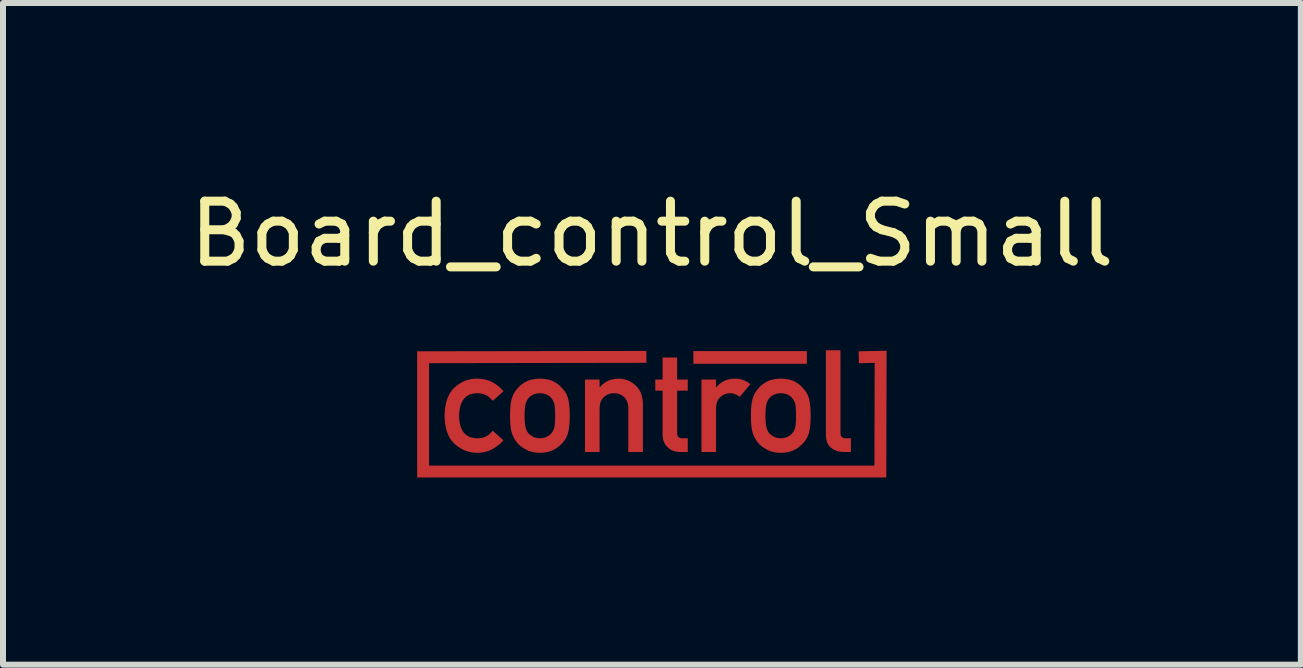
<source format=kicad_pcb>
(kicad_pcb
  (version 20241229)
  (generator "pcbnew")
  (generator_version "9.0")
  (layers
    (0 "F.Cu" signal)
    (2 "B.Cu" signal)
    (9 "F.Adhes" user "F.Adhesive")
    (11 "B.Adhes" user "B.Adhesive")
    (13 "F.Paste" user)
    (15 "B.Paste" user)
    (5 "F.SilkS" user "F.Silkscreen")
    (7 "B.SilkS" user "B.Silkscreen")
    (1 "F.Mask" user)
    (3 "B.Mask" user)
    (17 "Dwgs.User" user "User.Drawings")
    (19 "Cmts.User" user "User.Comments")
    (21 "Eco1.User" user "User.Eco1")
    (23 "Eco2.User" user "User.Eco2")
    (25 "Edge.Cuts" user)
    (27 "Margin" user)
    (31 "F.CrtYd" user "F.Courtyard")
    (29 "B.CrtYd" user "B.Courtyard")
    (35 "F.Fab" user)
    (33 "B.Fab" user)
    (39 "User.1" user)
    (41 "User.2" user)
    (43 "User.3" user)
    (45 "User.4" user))
  (footprint "Board_control_Small"
    (layer "F.Cu")
    (at 7.815 3.848)
    (property "Reference" "Board_control_Small" (at 0 -3 0) (unlocked yes) (layer "F.SilkS") (effects (font (size 1 1) (thickness 0.15))))
    (attr exclude_from_pos_files exclude_from_bom allow_missing_courtyard)
    (fp_poly (pts (xy 2.583 -0.835) (xy 0.691 -0.835) (xy 0.691 -1.046) (xy 2.583 -1.046)) (stroke (width 0) (type solid)) (fill yes) (layer "F.Cu"))
    (fp_poly (pts (xy 3.907 1.06) (xy -3.912 1.06) (xy -3.912 -1.043) (xy -0.092 -1.049) (xy -0.091 -0.851) (xy -3.714 -0.845) (xy -3.714 0.862) (xy 3.709 0.862) (xy 3.713 -0.85) (xy 3.45 -0.845) (xy 3.446 -1.043) (xy 3.912 -1.052)) (stroke (width 0) (type solid)) (fill yes) (layer "F.Cu"))
    (fp_poly (pts (xy 3.143 0.323) (xy 3.144 0.329) (xy 3.144 0.333) (xy 3.144 0.338) (xy 3.145 0.343) (xy 3.146 0.347) (xy 3.147 0.352) (xy 3.148 0.356) (xy 3.149 0.36) (xy 3.151 0.363) (xy 3.152 0.367) (xy 3.154 0.37) (xy 3.156 0.374) (xy 3.158 0.377) (xy 3.161 0.38) (xy 3.163 0.383) (xy 3.166 0.385) (xy 3.169 0.388) (xy 3.172 0.39) (xy 3.175 0.392) (xy 3.179 0.394) (xy 3.182 0.396) (xy 3.186 0.398) (xy 3.19 0.399) (xy 3.194 0.401) (xy 3.199 0.402) (xy 3.203 0.403) (xy 3.208 0.404) (xy 3.213 0.405) (xy 3.223 0.406) (xy 3.234 0.406) (xy 3.317 0.406) (xy 3.317 0.635) (xy 3.209 0.635) (xy 3.193 0.635) (xy 3.177 0.634) (xy 3.161 0.633) (xy 3.146 0.631) (xy 3.131 0.629) (xy 3.116 0.626) (xy 3.102 0.622) (xy 3.088 0.619) (xy 3.075 0.614) (xy 3.062 0.609) (xy 3.049 0.604) (xy 3.037 0.598) (xy 3.025 0.591) (xy 3.013 0.584) (xy 3.002 0.577) (xy 2.991 0.569) (xy 2.98 0.56) (xy 2.969 0.55) (xy 2.96 0.54) (xy 2.951 0.529) (xy 2.943 0.518) (xy 2.935 0.505) (xy 2.929 0.492) (xy 2.923 0.478) (xy 2.917 0.464) (xy 2.913 0.449) (xy 2.909 0.433) (xy 2.906 0.416) (xy 2.903 0.399) (xy 2.902 0.381) (xy 2.9 0.362) (xy 2.9 0.342) (xy 2.9 -1.06) (xy 3.143 -1.06)) (stroke (width 0) (type solid)) (fill yes) (layer "F.Cu"))
    (fp_poly (pts (xy 0.421 -0.572) (xy 0.598 -0.572) (xy 0.598 -0.387) (xy 0.421 -0.387) (xy 0.421 0.316) (xy 0.421 0.322) (xy 0.421 0.328) (xy 0.422 0.333) (xy 0.422 0.338) (xy 0.423 0.343) (xy 0.424 0.348) (xy 0.425 0.352) (xy 0.426 0.357) (xy 0.427 0.361) (xy 0.429 0.365) (xy 0.43 0.368) (xy 0.432 0.372) (xy 0.434 0.376) (xy 0.437 0.379) (xy 0.439 0.382) (xy 0.442 0.385) (xy 0.444 0.387) (xy 0.447 0.39) (xy 0.451 0.392) (xy 0.454 0.394) (xy 0.457 0.396) (xy 0.461 0.398) (xy 0.465 0.4) (xy 0.469 0.401) (xy 0.473 0.402) (xy 0.477 0.403) (xy 0.482 0.404) (xy 0.487 0.405) (xy 0.492 0.405) (xy 0.497 0.406) (xy 0.502 0.406) (xy 0.507 0.406) (xy 0.598 0.406) (xy 0.598 0.635) (xy 0.471 0.635) (xy 0.455 0.635) (xy 0.44 0.634) (xy 0.425 0.632) (xy 0.41 0.63) (xy 0.396 0.627) (xy 0.382 0.624) (xy 0.368 0.62) (xy 0.355 0.615) (xy 0.342 0.61) (xy 0.329 0.604) (xy 0.317 0.598) (xy 0.306 0.59) (xy 0.294 0.583) (xy 0.283 0.574) (xy 0.272 0.565) (xy 0.262 0.556) (xy 0.252 0.546) (xy 0.242 0.536) (xy 0.233 0.525) (xy 0.225 0.514) (xy 0.218 0.502) (xy 0.211 0.49) (xy 0.205 0.477) (xy 0.199 0.464) (xy 0.194 0.45) (xy 0.19 0.435) (xy 0.186 0.42) (xy 0.183 0.405) (xy 0.181 0.389) (xy 0.179 0.372) (xy 0.178 0.355) (xy 0.178 0.338) (xy 0.178 -0.387) (xy 0.057 -0.387) (xy 0.057 -0.572) (xy 0.178 -0.572) (xy 0.178 -0.939) (xy 0.421 -0.939)) (stroke (width 0) (type solid)) (fill yes) (layer "F.Cu"))
    (fp_poly (pts (xy 1.405 -0.586) (xy 1.423 -0.585) (xy 1.441 -0.583) (xy 1.458 -0.58) (xy 1.475 -0.577) (xy 1.491 -0.573) (xy 1.507 -0.568) (xy 1.523 -0.563) (xy 1.539 -0.556) (xy 1.554 -0.55) (xy 1.57 -0.542) (xy 1.584 -0.534) (xy 1.599 -0.525) (xy 1.613 -0.515) (xy 1.627 -0.505) (xy 1.641 -0.494) (xy 1.464 -0.283) (xy 1.454 -0.291) (xy 1.445 -0.298) (xy 1.435 -0.304) (xy 1.425 -0.31) (xy 1.415 -0.315) (xy 1.406 -0.32) (xy 1.396 -0.325) (xy 1.386 -0.329) (xy 1.376 -0.332) (xy 1.366 -0.335) (xy 1.356 -0.338) (xy 1.346 -0.34) (xy 1.335 -0.342) (xy 1.325 -0.343) (xy 1.315 -0.344) (xy 1.305 -0.344) (xy 1.293 -0.344) (xy 1.282 -0.343) (xy 1.271 -0.342) (xy 1.26 -0.34) (xy 1.249 -0.338) (xy 1.239 -0.335) (xy 1.229 -0.332) (xy 1.219 -0.329) (xy 1.209 -0.325) (xy 1.199 -0.32) (xy 1.19 -0.315) (xy 1.18 -0.31) (xy 1.171 -0.304) (xy 1.162 -0.298) (xy 1.154 -0.291) (xy 1.145 -0.283) (xy 1.136 -0.276) (xy 1.128 -0.268) (xy 1.12 -0.259) (xy 1.113 -0.249) (xy 1.106 -0.239) (xy 1.1 -0.229) (xy 1.094 -0.218) (xy 1.089 -0.206) (xy 1.085 -0.194) (xy 1.081 -0.181) (xy 1.077 -0.167) (xy 1.075 -0.153) (xy 1.072 -0.139) (xy 1.071 -0.124) (xy 1.07 -0.108) (xy 1.069 -0.092) (xy 1.069 0.635) (xy 0.826 0.635) (xy 0.826 -0.572) (xy 1.069 -0.572) (xy 1.069 -0.444) (xy 1.074 -0.444) (xy 1.089 -0.461) (xy 1.105 -0.478) (xy 1.121 -0.493) (xy 1.138 -0.507) (xy 1.156 -0.519) (xy 1.174 -0.531) (xy 1.192 -0.542) (xy 1.212 -0.551) (xy 1.232 -0.56) (xy 1.252 -0.567) (xy 1.273 -0.573) (xy 1.295 -0.578) (xy 1.317 -0.582) (xy 1.34 -0.585) (xy 1.364 -0.586) (xy 1.388 -0.587)) (stroke (width 0) (type solid)) (fill yes) (layer "F.Cu"))
    (fp_poly (pts (xy -0.534 -0.587) (xy -0.516 -0.585) (xy -0.498 -0.583) (xy -0.48 -0.58) (xy -0.462 -0.577) (xy -0.444 -0.572) (xy -0.427 -0.567) (xy -0.41 -0.561) (xy -0.393 -0.554) (xy -0.376 -0.546) (xy -0.359 -0.537) (xy -0.343 -0.527) (xy -0.326 -0.517) (xy -0.31 -0.506) (xy -0.295 -0.494) (xy -0.279 -0.481) (xy -0.264 -0.467) (xy -0.25 -0.453) (xy -0.237 -0.438) (xy -0.225 -0.422) (xy -0.213 -0.405) (xy -0.203 -0.387) (xy -0.193 -0.369) (xy -0.185 -0.349) (xy -0.177 -0.329) (xy -0.171 -0.308) (xy -0.165 -0.287) (xy -0.16 -0.264) (xy -0.156 -0.241) (xy -0.153 -0.217) (xy -0.151 -0.193) (xy -0.15 -0.167) (xy -0.15 0.635) (xy -0.393 0.635) (xy -0.393 -0.084) (xy -0.393 -0.099) (xy -0.394 -0.114) (xy -0.395 -0.129) (xy -0.397 -0.143) (xy -0.399 -0.157) (xy -0.402 -0.17) (xy -0.406 -0.183) (xy -0.409 -0.195) (xy -0.414 -0.207) (xy -0.419 -0.218) (xy -0.425 -0.229) (xy -0.431 -0.24) (xy -0.437 -0.249) (xy -0.444 -0.259) (xy -0.452 -0.268) (xy -0.46 -0.276) (xy -0.469 -0.285) (xy -0.477 -0.292) (xy -0.486 -0.299) (xy -0.496 -0.306) (xy -0.505 -0.312) (xy -0.515 -0.318) (xy -0.526 -0.323) (xy -0.536 -0.327) (xy -0.547 -0.331) (xy -0.558 -0.334) (xy -0.57 -0.337) (xy -0.581 -0.34) (xy -0.593 -0.342) (xy -0.606 -0.343) (xy -0.618 -0.344) (xy -0.631 -0.344) (xy -0.644 -0.344) (xy -0.657 -0.343) (xy -0.669 -0.342) (xy -0.681 -0.34) (xy -0.693 -0.337) (xy -0.704 -0.334) (xy -0.716 -0.331) (xy -0.726 -0.327) (xy -0.737 -0.323) (xy -0.747 -0.318) (xy -0.757 -0.312) (xy -0.767 -0.306) (xy -0.776 -0.299) (xy -0.785 -0.292) (xy -0.794 -0.285) (xy -0.803 -0.276) (xy -0.811 -0.268) (xy -0.819 -0.259) (xy -0.826 -0.249) (xy -0.833 -0.24) (xy -0.839 -0.229) (xy -0.845 -0.218) (xy -0.85 -0.207) (xy -0.855 -0.195) (xy -0.859 -0.183) (xy -0.862 -0.17) (xy -0.865 -0.157) (xy -0.867 -0.143) (xy -0.869 -0.129) (xy -0.87 -0.114) (xy -0.871 -0.099) (xy -0.872 -0.084) (xy -0.872 0.635) (xy -1.115 0.635) (xy -1.115 -0.572) (xy -0.872 -0.572) (xy -0.872 -0.444) (xy -0.867 -0.444) (xy -0.852 -0.461) (xy -0.836 -0.478) (xy -0.82 -0.493) (xy -0.803 -0.507) (xy -0.785 -0.519) (xy -0.767 -0.531) (xy -0.748 -0.542) (xy -0.729 -0.551) (xy -0.709 -0.56) (xy -0.688 -0.567) (xy -0.667 -0.573) (xy -0.646 -0.578) (xy -0.623 -0.582) (xy -0.601 -0.585) (xy -0.577 -0.586) (xy -0.553 -0.587)) (stroke (width 0) (type solid)) (fill yes) (layer "F.Cu"))
    (fp_poly (pts (xy -2.89 -0.586) (xy -2.873 -0.586) (xy -2.856 -0.584) (xy -2.839 -0.582) (xy -2.823 -0.58) (xy -2.807 -0.578) (xy -2.791 -0.575) (xy -2.775 -0.571) (xy -2.76 -0.567) (xy -2.745 -0.563) (xy -2.73 -0.558) (xy -2.715 -0.553) (xy -2.701 -0.548) (xy -2.687 -0.542) (xy -2.673 -0.536) (xy -2.66 -0.529) (xy -2.647 -0.522) (xy -2.634 -0.514) (xy -2.621 -0.506) (xy -2.608 -0.498) (xy -2.596 -0.489) (xy -2.584 -0.481) (xy -2.572 -0.472) (xy -2.56 -0.462) (xy -2.549 -0.453) (xy -2.537 -0.443) (xy -2.526 -0.432) (xy -2.515 -0.422) (xy -2.505 -0.411) (xy -2.494 -0.4) (xy -2.484 -0.388) (xy -2.474 -0.376) (xy -2.653 -0.217) (xy -2.665 -0.232) (xy -2.677 -0.246) (xy -2.69 -0.259) (xy -2.703 -0.271) (xy -2.717 -0.282) (xy -2.731 -0.292) (xy -2.745 -0.302) (xy -2.76 -0.31) (xy -2.776 -0.317) (xy -2.792 -0.324) (xy -2.809 -0.33) (xy -2.826 -0.334) (xy -2.843 -0.338) (xy -2.861 -0.341) (xy -2.88 -0.343) (xy -2.899 -0.344) (xy -2.918 -0.344) (xy -2.936 -0.343) (xy -2.954 -0.342) (xy -2.971 -0.339) (xy -2.988 -0.336) (xy -3.004 -0.332) (xy -3.019 -0.328) (xy -3.034 -0.322) (xy -3.048 -0.316) (xy -3.062 -0.309) (xy -3.075 -0.302) (xy -3.088 -0.293) (xy -3.1 -0.284) (xy -3.111 -0.274) (xy -3.122 -0.263) (xy -3.132 -0.252) (xy -3.141 -0.24) (xy -3.15 -0.227) (xy -3.158 -0.213) (xy -3.166 -0.199) (xy -3.173 -0.184) (xy -3.18 -0.168) (xy -3.186 -0.151) (xy -3.191 -0.134) (xy -3.2 -0.097) (xy -3.206 -0.056) (xy -3.211 -0.013) (xy -3.212 0.033) (xy -3.212 0.056) (xy -3.211 0.079) (xy -3.209 0.101) (xy -3.206 0.122) (xy -3.204 0.142) (xy -3.2 0.161) (xy -3.196 0.18) (xy -3.191 0.198) (xy -3.186 0.216) (xy -3.18 0.232) (xy -3.173 0.248) (xy -3.166 0.263) (xy -3.158 0.277) (xy -3.15 0.291) (xy -3.141 0.304) (xy -3.132 0.316) (xy -3.122 0.327) (xy -3.111 0.337) (xy -3.1 0.347) (xy -3.088 0.356) (xy -3.075 0.364) (xy -3.062 0.372) (xy -3.048 0.379) (xy -3.034 0.385) (xy -3.019 0.39) (xy -3.004 0.395) (xy -2.988 0.398) (xy -2.971 0.401) (xy -2.954 0.404) (xy -2.936 0.405) (xy -2.918 0.406) (xy -2.899 0.406) (xy -2.88 0.405) (xy -2.861 0.403) (xy -2.843 0.401) (xy -2.826 0.397) (xy -2.809 0.393) (xy -2.792 0.387) (xy -2.776 0.381) (xy -2.76 0.373) (xy -2.745 0.365) (xy -2.731 0.356) (xy -2.717 0.346) (xy -2.703 0.334) (xy -2.69 0.322) (xy -2.677 0.309) (xy -2.665 0.295) (xy -2.653 0.281) (xy -2.474 0.44) (xy -2.484 0.451) (xy -2.494 0.462) (xy -2.505 0.473) (xy -2.515 0.483) (xy -2.526 0.493) (xy -2.537 0.503) (xy -2.549 0.513) (xy -2.56 0.522) (xy -2.572 0.531) (xy -2.584 0.54) (xy -2.596 0.548) (xy -2.608 0.557) (xy -2.621 0.565) (xy -2.634 0.573) (xy -2.647 0.58) (xy -2.66 0.588) (xy -2.673 0.595) (xy -2.687 0.601) (xy -2.701 0.608) (xy -2.715 0.614) (xy -2.73 0.619) (xy -2.745 0.624) (xy -2.76 0.628) (xy -2.775 0.632) (xy -2.791 0.636) (xy -2.807 0.639) (xy -2.823 0.642) (xy -2.839 0.644) (xy -2.856 0.646) (xy -2.873 0.647) (xy -2.89 0.648) (xy -2.907 0.649) (xy -2.934 0.648) (xy -2.96 0.647) (xy -2.986 0.644) (xy -3.011 0.64) (xy -3.036 0.635) (xy -3.061 0.628) (xy -3.085 0.621) (xy -3.109 0.612) (xy -3.132 0.603) (xy -3.155 0.592) (xy -3.177 0.58) (xy -3.199 0.567) (xy -3.221 0.553) (xy -3.242 0.538) (xy -3.263 0.521) (xy -3.283 0.504) (xy -3.304 0.485) (xy -3.323 0.464) (xy -3.34 0.443) (xy -3.357 0.42) (xy -3.372 0.395) (xy -3.386 0.369) (xy -3.398 0.342) (xy -3.41 0.313) (xy -3.42 0.283) (xy -3.429 0.252) (xy -3.436 0.219) (xy -3.443 0.184) (xy -3.448 0.149) (xy -3.451 0.111) (xy -3.454 0.073) (xy -3.455 0.033) (xy -3.454 -0.008) (xy -3.451 -0.047) (xy -3.448 -0.084) (xy -3.443 -0.12) (xy -3.436 -0.155) (xy -3.429 -0.189) (xy -3.42 -0.22) (xy -3.41 -0.251) (xy -3.398 -0.28) (xy -3.386 -0.308) (xy -3.372 -0.334) (xy -3.357 -0.359) (xy -3.34 -0.382) (xy -3.323 -0.404) (xy -3.304 -0.425) (xy -3.283 -0.444) (xy -3.263 -0.462) (xy -3.242 -0.478) (xy -3.221 -0.493) (xy -3.199 -0.507) (xy -3.177 -0.52) (xy -3.155 -0.532) (xy -3.132 -0.543) (xy -3.109 -0.552) (xy -3.085 -0.561) (xy -3.061 -0.568) (xy -3.036 -0.574) (xy -3.011 -0.579) (xy -2.986 -0.583) (xy -2.96 -0.585) (xy -2.934 -0.587) (xy -2.907 -0.587)) (stroke (width 0) (type solid)) (fill yes) (layer "F.Cu"))
    (fp_poly (pts (xy -1.85 -0.586) (xy -1.832 -0.586) (xy -1.815 -0.585) (xy -1.799 -0.583) (xy -1.783 -0.581) (xy -1.767 -0.579) (xy -1.752 -0.577) (xy -1.738 -0.574) (xy -1.723 -0.571) (xy -1.71 -0.567) (xy -1.696 -0.563) (xy -1.683 -0.559) (xy -1.671 -0.555) (xy -1.659 -0.55) (xy -1.647 -0.545) (xy -1.636 -0.539) (xy -1.625 -0.533) (xy -1.615 -0.527) (xy -1.604 -0.521) (xy -1.595 -0.515) (xy -1.585 -0.508) (xy -1.576 -0.502) (xy -1.567 -0.495) (xy -1.558 -0.488) (xy -1.55 -0.482) (xy -1.542 -0.475) (xy -1.535 -0.468) (xy -1.527 -0.461) (xy -1.52 -0.453) (xy -1.513 -0.446) (xy -1.507 -0.439) (xy -1.501 -0.431) (xy -1.492 -0.422) (xy -1.484 -0.413) (xy -1.475 -0.404) (xy -1.467 -0.395) (xy -1.46 -0.385) (xy -1.453 -0.375) (xy -1.446 -0.365) (xy -1.439 -0.355) (xy -1.433 -0.344) (xy -1.427 -0.333) (xy -1.421 -0.322) (xy -1.416 -0.311) (xy -1.411 -0.299) (xy -1.407 -0.287) (xy -1.402 -0.275) (xy -1.398 -0.262) (xy -1.392 -0.236) (xy -1.386 -0.206) (xy -1.381 -0.173) (xy -1.377 -0.138) (xy -1.373 -0.1) (xy -1.371 -0.059) (xy -1.37 -0.016) (xy -1.369 0.031) (xy -1.37 0.077) (xy -1.371 0.12) (xy -1.373 0.161) (xy -1.377 0.198) (xy -1.381 0.233) (xy -1.383 0.25) (xy -1.386 0.265) (xy -1.389 0.28) (xy -1.392 0.295) (xy -1.395 0.308) (xy -1.398 0.321) (xy -1.402 0.334) (xy -1.407 0.346) (xy -1.411 0.358) (xy -1.416 0.369) (xy -1.421 0.381) (xy -1.427 0.392) (xy -1.433 0.404) (xy -1.439 0.414) (xy -1.446 0.425) (xy -1.453 0.436) (xy -1.46 0.446) (xy -1.467 0.456) (xy -1.475 0.466) (xy -1.484 0.476) (xy -1.492 0.485) (xy -1.501 0.495) (xy -1.507 0.501) (xy -1.513 0.508) (xy -1.52 0.514) (xy -1.527 0.521) (xy -1.534 0.527) (xy -1.541 0.534) (xy -1.549 0.54) (xy -1.558 0.546) (xy -1.562 0.55) (xy -1.566 0.554) (xy -1.57 0.557) (xy -1.574 0.561) (xy -1.578 0.564) (xy -1.583 0.567) (xy -1.588 0.571) (xy -1.592 0.574) (xy -1.597 0.577) (xy -1.602 0.58) (xy -1.608 0.583) (xy -1.613 0.586) (xy -1.618 0.589) (xy -1.624 0.591) (xy -1.63 0.594) (xy -1.636 0.597) (xy -1.647 0.603) (xy -1.659 0.609) (xy -1.671 0.614) (xy -1.683 0.619) (xy -1.696 0.623) (xy -1.71 0.627) (xy -1.723 0.631) (xy -1.738 0.635) (xy -1.752 0.638) (xy -1.767 0.64) (xy -1.783 0.643) (xy -1.799 0.645) (xy -1.815 0.646) (xy -1.832 0.648) (xy -1.85 0.648) (xy -1.867 0.649) (xy -1.884 0.648) (xy -1.901 0.648) (xy -1.917 0.646) (xy -1.933 0.645) (xy -1.949 0.643) (xy -1.964 0.64) (xy -1.978 0.638) (xy -1.993 0.635) (xy -2.007 0.631) (xy -2.02 0.627) (xy -2.034 0.623) (xy -2.046 0.619) (xy -2.059 0.614) (xy -2.071 0.609) (xy -2.082 0.603) (xy -2.093 0.597) (xy -2.105 0.591) (xy -2.115 0.585) (xy -2.126 0.579) (xy -2.136 0.573) (xy -2.146 0.567) (xy -2.155 0.561) (xy -2.164 0.555) (xy -2.173 0.548) (xy -2.182 0.542) (xy -2.19 0.536) (xy -2.198 0.529) (xy -2.206 0.522) (xy -2.213 0.515) (xy -2.22 0.509) (xy -2.227 0.502) (xy -2.233 0.495) (xy -2.241 0.485) (xy -2.249 0.476) (xy -2.257 0.466) (xy -2.265 0.456) (xy -2.272 0.446) (xy -2.279 0.436) (xy -2.285 0.425) (xy -2.292 0.414) (xy -2.298 0.404) (xy -2.304 0.392) (xy -2.309 0.381) (xy -2.315 0.369) (xy -2.32 0.358) (xy -2.324 0.346) (xy -2.329 0.334) (xy -2.333 0.321) (xy -2.341 0.295) (xy -2.347 0.265) (xy -2.352 0.233) (xy -2.357 0.198) (xy -2.36 0.161) (xy -2.363 0.12) (xy -2.364 0.077) (xy -2.365 0.031) (xy -2.122 0.031) (xy -2.122 0.061) (xy -2.121 0.089) (xy -2.12 0.115) (xy -2.118 0.139) (xy -2.116 0.161) (xy -2.114 0.181) (xy -2.111 0.199) (xy -2.109 0.207) (xy -2.108 0.214) (xy -2.106 0.221) (xy -2.104 0.229) (xy -2.102 0.236) (xy -2.1 0.243) (xy -2.097 0.25) (xy -2.095 0.257) (xy -2.092 0.263) (xy -2.089 0.27) (xy -2.086 0.276) (xy -2.083 0.283) (xy -2.08 0.289) (xy -2.077 0.295) (xy -2.073 0.301) (xy -2.07 0.307) (xy -2.066 0.313) (xy -2.062 0.319) (xy -2.058 0.323) (xy -2.054 0.327) (xy -2.05 0.332) (xy -2.045 0.336) (xy -2.041 0.34) (xy -2.036 0.344) (xy -2.031 0.348) (xy -2.026 0.352) (xy -2.021 0.356) (xy -2.016 0.359) (xy -2.01 0.363) (xy -2.005 0.367) (xy -1.999 0.37) (xy -1.993 0.374) (xy -1.981 0.38) (xy -1.974 0.384) (xy -1.968 0.386) (xy -1.961 0.389) (xy -1.954 0.392) (xy -1.947 0.394) (xy -1.94 0.396) (xy -1.933 0.398) (xy -1.926 0.399) (xy -1.919 0.401) (xy -1.912 0.402) (xy -1.905 0.403) (xy -1.897 0.404) (xy -1.89 0.405) (xy -1.882 0.405) (xy -1.875 0.406) (xy -1.867 0.406) (xy -1.859 0.406) (xy -1.851 0.405) (xy -1.843 0.405) (xy -1.835 0.404) (xy -1.827 0.403) (xy -1.82 0.402) (xy -1.812 0.401) (xy -1.805 0.399) (xy -1.798 0.398) (xy -1.79 0.396) (xy -1.783 0.394) (xy -1.777 0.392) (xy -1.77 0.389) (xy -1.763 0.386) (xy -1.757 0.384) (xy -1.751 0.38) (xy -1.744 0.377) (xy -1.738 0.374) (xy -1.732 0.37) (xy -1.726 0.367) (xy -1.721 0.363) (xy -1.715 0.359) (xy -1.71 0.356) (xy -1.705 0.352) (xy -1.7 0.348) (xy -1.695 0.344) (xy -1.691 0.34) (xy -1.687 0.336) (xy -1.683 0.332) (xy -1.679 0.327) (xy -1.675 0.323) (xy -1.672 0.319) (xy -1.667 0.313) (xy -1.663 0.307) (xy -1.659 0.301) (xy -1.655 0.295) (xy -1.652 0.289) (xy -1.648 0.283) (xy -1.645 0.276) (xy -1.642 0.27) (xy -1.639 0.263) (xy -1.636 0.257) (xy -1.634 0.25) (xy -1.631 0.243) (xy -1.629 0.236) (xy -1.627 0.229) (xy -1.626 0.221) (xy -1.624 0.214) (xy -1.621 0.199) (xy -1.619 0.181) (xy -1.617 0.161) (xy -1.615 0.14) (xy -1.614 0.116) (xy -1.613 0.09) (xy -1.612 0.063) (xy -1.612 0.033) (xy -1.612 0.002) (xy -1.613 -0.027) (xy -1.614 -0.054) (xy -1.615 -0.079) (xy -1.617 -0.101) (xy -1.619 -0.122) (xy -1.621 -0.14) (xy -1.624 -0.156) (xy -1.626 -0.163) (xy -1.627 -0.17) (xy -1.629 -0.177) (xy -1.631 -0.183) (xy -1.634 -0.19) (xy -1.636 -0.196) (xy -1.639 -0.203) (xy -1.642 -0.209) (xy -1.645 -0.215) (xy -1.648 -0.221) (xy -1.652 -0.227) (xy -1.655 -0.233) (xy -1.659 -0.239) (xy -1.663 -0.245) (xy -1.667 -0.25) (xy -1.672 -0.256) (xy -1.675 -0.261) (xy -1.679 -0.266) (xy -1.683 -0.27) (xy -1.687 -0.275) (xy -1.691 -0.279) (xy -1.695 -0.284) (xy -1.7 -0.288) (xy -1.705 -0.292) (xy -1.71 -0.296) (xy -1.715 -0.3) (xy -1.721 -0.303) (xy -1.726 -0.307) (xy -1.732 -0.31) (xy -1.738 -0.313) (xy -1.744 -0.316) (xy -1.751 -0.319) (xy -1.757 -0.322) (xy -1.763 -0.325) (xy -1.77 -0.328) (xy -1.777 -0.33) (xy -1.783 -0.332) (xy -1.79 -0.334) (xy -1.798 -0.336) (xy -1.805 -0.338) (xy -1.812 -0.339) (xy -1.82 -0.341) (xy -1.827 -0.342) (xy -1.835 -0.342) (xy -1.843 -0.343) (xy -1.851 -0.344) (xy -1.859 -0.344) (xy -1.867 -0.344) (xy -1.875 -0.344) (xy -1.882 -0.344) (xy -1.89 -0.343) (xy -1.897 -0.342) (xy -1.905 -0.342) (xy -1.912 -0.341) (xy -1.919 -0.339) (xy -1.926 -0.338) (xy -1.933 -0.336) (xy -1.94 -0.334) (xy -1.947 -0.332) (xy -1.954 -0.33) (xy -1.961 -0.328) (xy -1.968 -0.325) (xy -1.974 -0.322) (xy -1.981 -0.319) (xy -1.987 -0.316) (xy -1.993 -0.313) (xy -1.999 -0.31) (xy -2.005 -0.307) (xy -2.01 -0.303) (xy -2.016 -0.3) (xy -2.021 -0.296) (xy -2.026 -0.292) (xy -2.031 -0.288) (xy -2.036 -0.284) (xy -2.041 -0.279) (xy -2.045 -0.275) (xy -2.05 -0.27) (xy -2.054 -0.266) (xy -2.058 -0.261) (xy -2.062 -0.256) (xy -2.066 -0.25) (xy -2.07 -0.245) (xy -2.073 -0.239) (xy -2.077 -0.233) (xy -2.08 -0.227) (xy -2.083 -0.221) (xy -2.086 -0.215) (xy -2.089 -0.209) (xy -2.092 -0.203) (xy -2.095 -0.196) (xy -2.097 -0.19) (xy -2.1 -0.183) (xy -2.102 -0.177) (xy -2.104 -0.17) (xy -2.106 -0.163) (xy -2.108 -0.156) (xy -2.111 -0.14) (xy -2.114 -0.122) (xy -2.116 -0.102) (xy -2.118 -0.079) (xy -2.12 -0.055) (xy -2.121 -0.029) (xy -2.122 -0.000164) (xy -2.122 0.031) (xy -2.365 0.031) (xy -2.364 -0.016) (xy -2.363 -0.059) (xy -2.36 -0.1) (xy -2.357 -0.138) (xy -2.352 -0.173) (xy -2.35 -0.19) (xy -2.347 -0.206) (xy -2.344 -0.221) (xy -2.341 -0.236) (xy -2.337 -0.249) (xy -2.333 -0.262) (xy -2.329 -0.275) (xy -2.324 -0.287) (xy -2.32 -0.299) (xy -2.315 -0.311) (xy -2.309 -0.322) (xy -2.304 -0.333) (xy -2.298 -0.344) (xy -2.292 -0.355) (xy -2.285 -0.365) (xy -2.279 -0.375) (xy -2.272 -0.385) (xy -2.265 -0.395) (xy -2.257 -0.404) (xy -2.249 -0.413) (xy -2.241 -0.422) (xy -2.233 -0.431) (xy -2.227 -0.439) (xy -2.22 -0.446) (xy -2.213 -0.453) (xy -2.206 -0.461) (xy -2.198 -0.468) (xy -2.19 -0.475) (xy -2.182 -0.482) (xy -2.173 -0.488) (xy -2.164 -0.495) (xy -2.155 -0.502) (xy -2.146 -0.508) (xy -2.136 -0.515) (xy -2.126 -0.521) (xy -2.115 -0.527) (xy -2.105 -0.533) (xy -2.093 -0.539) (xy -2.082 -0.545) (xy -2.071 -0.55) (xy -2.059 -0.555) (xy -2.046 -0.559) (xy -2.034 -0.563) (xy -2.02 -0.567) (xy -2.007 -0.571) (xy -1.993 -0.574) (xy -1.978 -0.577) (xy -1.964 -0.579) (xy -1.949 -0.581) (xy -1.933 -0.583) (xy -1.917 -0.585) (xy -1.901 -0.586) (xy -1.884 -0.586) (xy -1.867 -0.587)) (stroke (width 0) (type solid)) (fill yes) (layer "F.Cu"))
    (fp_poly (pts (xy 2.165 -0.586) (xy 2.183 -0.586) (xy 2.199 -0.585) (xy 2.216 -0.583) (xy 2.232 -0.581) (xy 2.247 -0.579) (xy 2.262 -0.577) (xy 2.277 -0.574) (xy 2.291 -0.571) (xy 2.305 -0.567) (xy 2.319 -0.563) (xy 2.332 -0.559) (xy 2.344 -0.555) (xy 2.356 -0.55) (xy 2.368 -0.545) (xy 2.379 -0.539) (xy 2.39 -0.533) (xy 2.4 -0.527) (xy 2.41 -0.521) (xy 2.42 -0.515) (xy 2.43 -0.508) (xy 2.439 -0.502) (xy 2.448 -0.495) (xy 2.456 -0.488) (xy 2.465 -0.482) (xy 2.473 -0.475) (xy 2.48 -0.468) (xy 2.488 -0.461) (xy 2.495 -0.453) (xy 2.502 -0.446) (xy 2.508 -0.439) (xy 2.514 -0.431) (xy 2.523 -0.422) (xy 2.531 -0.413) (xy 2.54 -0.404) (xy 2.548 -0.395) (xy 2.555 -0.385) (xy 2.562 -0.375) (xy 2.569 -0.365) (xy 2.576 -0.355) (xy 2.582 -0.344) (xy 2.588 -0.333) (xy 2.594 -0.322) (xy 2.599 -0.311) (xy 2.604 -0.299) (xy 2.608 -0.287) (xy 2.613 -0.275) (xy 2.617 -0.262) (xy 2.623 -0.236) (xy 2.629 -0.206) (xy 2.634 -0.173) (xy 2.638 -0.138) (xy 2.642 -0.1) (xy 2.644 -0.059) (xy 2.645 -0.016) (xy 2.646 0.031) (xy 2.645 0.077) (xy 2.644 0.12) (xy 2.642 0.161) (xy 2.638 0.198) (xy 2.634 0.233) (xy 2.632 0.25) (xy 2.629 0.265) (xy 2.626 0.28) (xy 2.623 0.295) (xy 2.62 0.308) (xy 2.617 0.321) (xy 2.613 0.334) (xy 2.608 0.346) (xy 2.604 0.358) (xy 2.599 0.369) (xy 2.594 0.381) (xy 2.588 0.392) (xy 2.582 0.404) (xy 2.576 0.414) (xy 2.569 0.425) (xy 2.562 0.436) (xy 2.555 0.446) (xy 2.548 0.456) (xy 2.54 0.466) (xy 2.531 0.476) (xy 2.523 0.485) (xy 2.514 0.495) (xy 2.508 0.501) (xy 2.502 0.508) (xy 2.495 0.514) (xy 2.488 0.521) (xy 2.481 0.527) (xy 2.473 0.534) (xy 2.466 0.54) (xy 2.457 0.546) (xy 2.453 0.55) (xy 2.449 0.554) (xy 2.445 0.557) (xy 2.441 0.561) (xy 2.437 0.564) (xy 2.432 0.567) (xy 2.427 0.571) (xy 2.423 0.574) (xy 2.418 0.577) (xy 2.413 0.58) (xy 2.407 0.583) (xy 2.402 0.586) (xy 2.397 0.589) (xy 2.391 0.591) (xy 2.385 0.594) (xy 2.379 0.597) (xy 2.368 0.603) (xy 2.356 0.609) (xy 2.344 0.614) (xy 2.332 0.619) (xy 2.319 0.623) (xy 2.305 0.627) (xy 2.291 0.631) (xy 2.277 0.635) (xy 2.262 0.638) (xy 2.247 0.64) (xy 2.232 0.643) (xy 2.216 0.645) (xy 2.199 0.646) (xy 2.183 0.648) (xy 2.165 0.648) (xy 2.148 0.649) (xy 2.131 0.648) (xy 2.114 0.648) (xy 2.098 0.646) (xy 2.082 0.645) (xy 2.066 0.643) (xy 2.051 0.64) (xy 2.036 0.638) (xy 2.022 0.635) (xy 2.008 0.631) (xy 1.994 0.627) (xy 1.981 0.623) (xy 1.968 0.619) (xy 1.956 0.614) (xy 1.944 0.609) (xy 1.932 0.603) (xy 1.921 0.597) (xy 1.91 0.591) (xy 1.899 0.585) (xy 1.889 0.579) (xy 1.879 0.573) (xy 1.869 0.567) (xy 1.859 0.561) (xy 1.85 0.555) (xy 1.841 0.548) (xy 1.833 0.542) (xy 1.825 0.536) (xy 1.817 0.529) (xy 1.809 0.522) (xy 1.802 0.515) (xy 1.795 0.509) (xy 1.788 0.502) (xy 1.782 0.495) (xy 1.774 0.485) (xy 1.765 0.476) (xy 1.758 0.466) (xy 1.75 0.456) (xy 1.743 0.446) (xy 1.736 0.436) (xy 1.729 0.425) (xy 1.723 0.414) (xy 1.717 0.404) (xy 1.711 0.392) (xy 1.705 0.381) (xy 1.7 0.369) (xy 1.695 0.358) (xy 1.69 0.346) (xy 1.686 0.334) (xy 1.682 0.321) (xy 1.674 0.295) (xy 1.668 0.265) (xy 1.662 0.233) (xy 1.658 0.198) (xy 1.655 0.161) (xy 1.652 0.12) (xy 1.651 0.077) (xy 1.65 0.031) (xy 1.893 0.031) (xy 1.893 0.061) (xy 1.894 0.089) (xy 1.895 0.115) (xy 1.897 0.139) (xy 1.899 0.161) (xy 1.901 0.181) (xy 1.904 0.199) (xy 1.906 0.207) (xy 1.907 0.214) (xy 1.909 0.221) (xy 1.911 0.229) (xy 1.913 0.236) (xy 1.915 0.243) (xy 1.918 0.25) (xy 1.92 0.257) (xy 1.923 0.263) (xy 1.925 0.27) (xy 1.928 0.276) (xy 1.931 0.283) (xy 1.934 0.289) (xy 1.938 0.295) (xy 1.941 0.301) (xy 1.945 0.307) (xy 1.948 0.313) (xy 1.952 0.319) (xy 1.956 0.323) (xy 1.961 0.327) (xy 1.965 0.332) (xy 1.969 0.336) (xy 1.974 0.34) (xy 1.979 0.344) (xy 1.984 0.348) (xy 1.989 0.352) (xy 1.994 0.356) (xy 1.999 0.359) (xy 2.005 0.363) (xy 2.01 0.367) (xy 2.016 0.37) (xy 2.022 0.374) (xy 2.034 0.38) (xy 2.041 0.384) (xy 2.047 0.386) (xy 2.054 0.389) (xy 2.061 0.392) (xy 2.068 0.394) (xy 2.075 0.396) (xy 2.082 0.398) (xy 2.089 0.399) (xy 2.096 0.401) (xy 2.103 0.402) (xy 2.11 0.403) (xy 2.118 0.404) (xy 2.125 0.405) (xy 2.132 0.405) (xy 2.14 0.406) (xy 2.148 0.406) (xy 2.156 0.406) (xy 2.164 0.405) (xy 2.172 0.405) (xy 2.18 0.404) (xy 2.188 0.403) (xy 2.195 0.402) (xy 2.203 0.401) (xy 2.21 0.399) (xy 2.217 0.398) (xy 2.224 0.396) (xy 2.231 0.394) (xy 2.238 0.392) (xy 2.245 0.389) (xy 2.251 0.386) (xy 2.258 0.384) (xy 2.264 0.38) (xy 2.271 0.377) (xy 2.277 0.374) (xy 2.283 0.37) (xy 2.289 0.367) (xy 2.294 0.363) (xy 2.3 0.359) (xy 2.305 0.356) (xy 2.31 0.352) (xy 2.315 0.348) (xy 2.32 0.344) (xy 2.324 0.34) (xy 2.328 0.336) (xy 2.332 0.332) (xy 2.336 0.327) (xy 2.34 0.323) (xy 2.343 0.319) (xy 2.347 0.313) (xy 2.352 0.307) (xy 2.356 0.301) (xy 2.36 0.295) (xy 2.363 0.289) (xy 2.367 0.283) (xy 2.37 0.276) (xy 2.373 0.27) (xy 2.376 0.263) (xy 2.379 0.257) (xy 2.381 0.25) (xy 2.384 0.243) (xy 2.386 0.236) (xy 2.388 0.229) (xy 2.389 0.221) (xy 2.391 0.214) (xy 2.394 0.199) (xy 2.396 0.181) (xy 2.398 0.161) (xy 2.399 0.14) (xy 2.401 0.116) (xy 2.402 0.09) (xy 2.402 0.063) (xy 2.402 0.033) (xy 2.402 0.002) (xy 2.402 -0.027) (xy 2.401 -0.054) (xy 2.399 -0.079) (xy 2.398 -0.101) (xy 2.396 -0.122) (xy 2.394 -0.14) (xy 2.391 -0.156) (xy 2.389 -0.163) (xy 2.388 -0.17) (xy 2.386 -0.177) (xy 2.384 -0.183) (xy 2.381 -0.19) (xy 2.379 -0.196) (xy 2.376 -0.203) (xy 2.373 -0.209) (xy 2.37 -0.215) (xy 2.367 -0.221) (xy 2.363 -0.227) (xy 2.36 -0.233) (xy 2.356 -0.239) (xy 2.352 -0.245) (xy 2.347 -0.25) (xy 2.343 -0.256) (xy 2.34 -0.261) (xy 2.336 -0.266) (xy 2.332 -0.27) (xy 2.328 -0.275) (xy 2.324 -0.279) (xy 2.32 -0.284) (xy 2.315 -0.288) (xy 2.31 -0.292) (xy 2.305 -0.296) (xy 2.3 -0.3) (xy 2.294 -0.303) (xy 2.289 -0.307) (xy 2.283 -0.31) (xy 2.277 -0.313) (xy 2.271 -0.316) (xy 2.264 -0.319) (xy 2.258 -0.322) (xy 2.251 -0.325) (xy 2.245 -0.328) (xy 2.238 -0.33) (xy 2.231 -0.332) (xy 2.224 -0.334) (xy 2.217 -0.336) (xy 2.21 -0.338) (xy 2.203 -0.339) (xy 2.195 -0.341) (xy 2.188 -0.342) (xy 2.18 -0.342) (xy 2.172 -0.343) (xy 2.164 -0.344) (xy 2.156 -0.344) (xy 2.148 -0.344) (xy 2.14 -0.344) (xy 2.132 -0.344) (xy 2.125 -0.343) (xy 2.118 -0.342) (xy 2.11 -0.342) (xy 2.103 -0.341) (xy 2.096 -0.339) (xy 2.089 -0.338) (xy 2.082 -0.336) (xy 2.075 -0.334) (xy 2.068 -0.332) (xy 2.061 -0.33) (xy 2.054 -0.328) (xy 2.047 -0.325) (xy 2.041 -0.322) (xy 2.034 -0.319) (xy 2.028 -0.316) (xy 2.022 -0.313) (xy 2.016 -0.31) (xy 2.01 -0.307) (xy 2.005 -0.303) (xy 1.999 -0.3) (xy 1.994 -0.296) (xy 1.989 -0.292) (xy 1.984 -0.288) (xy 1.979 -0.284) (xy 1.974 -0.279) (xy 1.969 -0.275) (xy 1.965 -0.27) (xy 1.961 -0.266) (xy 1.956 -0.261) (xy 1.952 -0.256) (xy 1.948 -0.25) (xy 1.945 -0.245) (xy 1.941 -0.239) (xy 1.938 -0.233) (xy 1.934 -0.227) (xy 1.931 -0.221) (xy 1.928 -0.215) (xy 1.925 -0.209) (xy 1.923 -0.203) (xy 1.92 -0.196) (xy 1.918 -0.19) (xy 1.915 -0.183) (xy 1.913 -0.177) (xy 1.911 -0.17) (xy 1.909 -0.163) (xy 1.907 -0.156) (xy 1.904 -0.14) (xy 1.901 -0.122) (xy 1.899 -0.102) (xy 1.897 -0.079) (xy 1.895 -0.055) (xy 1.894 -0.029) (xy 1.893 -0.000164) (xy 1.893 0.031) (xy 1.65 0.031) (xy 1.651 -0.016) (xy 1.652 -0.059) (xy 1.655 -0.1) (xy 1.658 -0.138) (xy 1.66 -0.156) (xy 1.662 -0.173) (xy 1.665 -0.19) (xy 1.668 -0.206) (xy 1.671 -0.221) (xy 1.674 -0.236) (xy 1.678 -0.249) (xy 1.682 -0.262) (xy 1.686 -0.275) (xy 1.69 -0.287) (xy 1.695 -0.299) (xy 1.7 -0.311) (xy 1.705 -0.322) (xy 1.711 -0.333) (xy 1.717 -0.344) (xy 1.723 -0.355) (xy 1.729 -0.365) (xy 1.736 -0.375) (xy 1.743 -0.385) (xy 1.75 -0.395) (xy 1.758 -0.404) (xy 1.765 -0.413) (xy 1.774 -0.422) (xy 1.782 -0.431) (xy 1.788 -0.439) (xy 1.795 -0.446) (xy 1.802 -0.453) (xy 1.809 -0.461) (xy 1.817 -0.468) (xy 1.825 -0.475) (xy 1.833 -0.482) (xy 1.841 -0.488) (xy 1.85 -0.495) (xy 1.859 -0.502) (xy 1.869 -0.508) (xy 1.879 -0.515) (xy 1.889 -0.521) (xy 1.899 -0.527) (xy 1.91 -0.533) (xy 1.921 -0.539) (xy 1.932 -0.545) (xy 1.944 -0.55) (xy 1.956 -0.555) (xy 1.968 -0.559) (xy 1.981 -0.563) (xy 1.994 -0.567) (xy 2.008 -0.571) (xy 2.022 -0.574) (xy 2.036 -0.577) (xy 2.051 -0.579) (xy 2.066 -0.581) (xy 2.082 -0.583) (xy 2.098 -0.585) (xy 2.114 -0.586) (xy 2.131 -0.586) (xy 2.148 -0.587)) (stroke (width 0) (type solid)) (fill yes) (layer "F.Cu"))
    (fp_poly (pts (xy 2.583 -0.835) (xy 0.691 -0.835) (xy 0.691 -1.046) (xy 2.583 -1.046)) (stroke (width 0) (type solid)) (fill yes) (layer "F.Mask"))
    (fp_poly (pts (xy 3.907 1.06) (xy -3.912 1.06) (xy -3.912 -1.043) (xy -0.092 -1.049) (xy -0.091 -0.851) (xy -3.714 -0.845) (xy -3.714 0.862) (xy 3.709 0.862) (xy 3.713 -0.85) (xy 3.45 -0.845) (xy 3.446 -1.043) (xy 3.912 -1.052)) (stroke (width 0) (type solid)) (fill yes) (layer "F.Mask"))
    (fp_poly (pts (xy 3.143 0.323) (xy 3.144 0.329) (xy 3.144 0.333) (xy 3.144 0.338) (xy 3.145 0.343) (xy 3.146 0.347) (xy 3.147 0.352) (xy 3.148 0.356) (xy 3.149 0.36) (xy 3.151 0.363) (xy 3.152 0.367) (xy 3.154 0.37) (xy 3.156 0.374) (xy 3.158 0.377) (xy 3.161 0.38) (xy 3.163 0.383) (xy 3.166 0.385) (xy 3.169 0.388) (xy 3.172 0.39) (xy 3.175 0.392) (xy 3.179 0.394) (xy 3.182 0.396) (xy 3.186 0.398) (xy 3.19 0.399) (xy 3.194 0.401) (xy 3.199 0.402) (xy 3.203 0.403) (xy 3.208 0.404) (xy 3.213 0.405) (xy 3.223 0.406) (xy 3.234 0.406) (xy 3.317 0.406) (xy 3.317 0.635) (xy 3.209 0.635) (xy 3.193 0.635) (xy 3.177 0.634) (xy 3.161 0.633) (xy 3.146 0.631) (xy 3.131 0.629) (xy 3.116 0.626) (xy 3.102 0.622) (xy 3.088 0.619) (xy 3.075 0.614) (xy 3.062 0.609) (xy 3.049 0.604) (xy 3.037 0.598) (xy 3.025 0.591) (xy 3.013 0.584) (xy 3.002 0.577) (xy 2.991 0.569) (xy 2.98 0.56) (xy 2.969 0.55) (xy 2.96 0.54) (xy 2.951 0.529) (xy 2.943 0.518) (xy 2.935 0.505) (xy 2.929 0.492) (xy 2.923 0.478) (xy 2.917 0.464) (xy 2.913 0.449) (xy 2.909 0.433) (xy 2.906 0.416) (xy 2.903 0.399) (xy 2.902 0.381) (xy 2.9 0.362) (xy 2.9 0.342) (xy 2.9 -1.06) (xy 3.143 -1.06)) (stroke (width 0) (type solid)) (fill yes) (layer "F.Mask"))
    (fp_poly (pts (xy 0.421 -0.572) (xy 0.598 -0.572) (xy 0.598 -0.387) (xy 0.421 -0.387) (xy 0.421 0.316) (xy 0.421 0.322) (xy 0.421 0.328) (xy 0.422 0.333) (xy 0.422 0.338) (xy 0.423 0.343) (xy 0.424 0.348) (xy 0.425 0.352) (xy 0.426 0.357) (xy 0.427 0.361) (xy 0.429 0.365) (xy 0.43 0.368) (xy 0.432 0.372) (xy 0.434 0.376) (xy 0.437 0.379) (xy 0.439 0.382) (xy 0.442 0.385) (xy 0.444 0.387) (xy 0.447 0.39) (xy 0.451 0.392) (xy 0.454 0.394) (xy 0.457 0.396) (xy 0.461 0.398) (xy 0.465 0.4) (xy 0.469 0.401) (xy 0.473 0.402) (xy 0.477 0.403) (xy 0.482 0.404) (xy 0.487 0.405) (xy 0.492 0.405) (xy 0.497 0.406) (xy 0.502 0.406) (xy 0.507 0.406) (xy 0.598 0.406) (xy 0.598 0.635) (xy 0.471 0.635) (xy 0.455 0.635) (xy 0.44 0.634) (xy 0.425 0.632) (xy 0.41 0.63) (xy 0.396 0.627) (xy 0.382 0.624) (xy 0.368 0.62) (xy 0.355 0.615) (xy 0.342 0.61) (xy 0.329 0.604) (xy 0.317 0.598) (xy 0.306 0.59) (xy 0.294 0.583) (xy 0.283 0.574) (xy 0.272 0.565) (xy 0.262 0.556) (xy 0.252 0.546) (xy 0.242 0.536) (xy 0.233 0.525) (xy 0.225 0.514) (xy 0.218 0.502) (xy 0.211 0.49) (xy 0.205 0.477) (xy 0.199 0.464) (xy 0.194 0.45) (xy 0.19 0.435) (xy 0.186 0.42) (xy 0.183 0.405) (xy 0.181 0.389) (xy 0.179 0.372) (xy 0.178 0.355) (xy 0.178 0.338) (xy 0.178 -0.387) (xy 0.057 -0.387) (xy 0.057 -0.572) (xy 0.178 -0.572) (xy 0.178 -0.939) (xy 0.421 -0.939)) (stroke (width 0) (type solid)) (fill yes) (layer "F.Mask"))
    (fp_poly (pts (xy 1.405 -0.586) (xy 1.423 -0.585) (xy 1.441 -0.583) (xy 1.458 -0.58) (xy 1.475 -0.577) (xy 1.491 -0.573) (xy 1.507 -0.568) (xy 1.523 -0.563) (xy 1.539 -0.556) (xy 1.554 -0.55) (xy 1.57 -0.542) (xy 1.584 -0.534) (xy 1.599 -0.525) (xy 1.613 -0.515) (xy 1.627 -0.505) (xy 1.641 -0.494) (xy 1.464 -0.283) (xy 1.454 -0.291) (xy 1.445 -0.298) (xy 1.435 -0.304) (xy 1.425 -0.31) (xy 1.415 -0.315) (xy 1.406 -0.32) (xy 1.396 -0.325) (xy 1.386 -0.329) (xy 1.376 -0.332) (xy 1.366 -0.335) (xy 1.356 -0.338) (xy 1.346 -0.34) (xy 1.335 -0.342) (xy 1.325 -0.343) (xy 1.315 -0.344) (xy 1.305 -0.344) (xy 1.293 -0.344) (xy 1.282 -0.343) (xy 1.271 -0.342) (xy 1.26 -0.34) (xy 1.249 -0.338) (xy 1.239 -0.335) (xy 1.229 -0.332) (xy 1.219 -0.329) (xy 1.209 -0.325) (xy 1.199 -0.32) (xy 1.19 -0.315) (xy 1.18 -0.31) (xy 1.171 -0.304) (xy 1.162 -0.298) (xy 1.154 -0.291) (xy 1.145 -0.283) (xy 1.136 -0.276) (xy 1.128 -0.268) (xy 1.12 -0.259) (xy 1.113 -0.249) (xy 1.106 -0.239) (xy 1.1 -0.229) (xy 1.094 -0.218) (xy 1.089 -0.206) (xy 1.085 -0.194) (xy 1.081 -0.181) (xy 1.077 -0.167) (xy 1.075 -0.153) (xy 1.072 -0.139) (xy 1.071 -0.124) (xy 1.07 -0.108) (xy 1.069 -0.092) (xy 1.069 0.635) (xy 0.826 0.635) (xy 0.826 -0.572) (xy 1.069 -0.572) (xy 1.069 -0.444) (xy 1.074 -0.444) (xy 1.089 -0.461) (xy 1.105 -0.478) (xy 1.121 -0.493) (xy 1.138 -0.507) (xy 1.156 -0.519) (xy 1.174 -0.531) (xy 1.192 -0.542) (xy 1.212 -0.551) (xy 1.232 -0.56) (xy 1.252 -0.567) (xy 1.273 -0.573) (xy 1.295 -0.578) (xy 1.317 -0.582) (xy 1.34 -0.585) (xy 1.364 -0.586) (xy 1.388 -0.587)) (stroke (width 0) (type solid)) (fill yes) (layer "F.Mask"))
    (fp_poly (pts (xy -0.534 -0.587) (xy -0.516 -0.585) (xy -0.498 -0.583) (xy -0.48 -0.58) (xy -0.462 -0.577) (xy -0.444 -0.572) (xy -0.427 -0.567) (xy -0.41 -0.561) (xy -0.393 -0.554) (xy -0.376 -0.546) (xy -0.359 -0.537) (xy -0.343 -0.527) (xy -0.326 -0.517) (xy -0.31 -0.506) (xy -0.295 -0.494) (xy -0.279 -0.481) (xy -0.264 -0.467) (xy -0.25 -0.453) (xy -0.237 -0.438) (xy -0.225 -0.422) (xy -0.213 -0.405) (xy -0.203 -0.387) (xy -0.193 -0.369) (xy -0.185 -0.349) (xy -0.177 -0.329) (xy -0.171 -0.308) (xy -0.165 -0.287) (xy -0.16 -0.264) (xy -0.156 -0.241) (xy -0.153 -0.217) (xy -0.151 -0.193) (xy -0.15 -0.167) (xy -0.15 0.635) (xy -0.393 0.635) (xy -0.393 -0.084) (xy -0.393 -0.099) (xy -0.394 -0.114) (xy -0.395 -0.129) (xy -0.397 -0.143) (xy -0.399 -0.157) (xy -0.402 -0.17) (xy -0.406 -0.183) (xy -0.409 -0.195) (xy -0.414 -0.207) (xy -0.419 -0.218) (xy -0.425 -0.229) (xy -0.431 -0.24) (xy -0.437 -0.249) (xy -0.444 -0.259) (xy -0.452 -0.268) (xy -0.46 -0.276) (xy -0.469 -0.285) (xy -0.477 -0.292) (xy -0.486 -0.299) (xy -0.496 -0.306) (xy -0.505 -0.312) (xy -0.515 -0.318) (xy -0.526 -0.323) (xy -0.536 -0.327) (xy -0.547 -0.331) (xy -0.558 -0.334) (xy -0.57 -0.337) (xy -0.581 -0.34) (xy -0.593 -0.342) (xy -0.606 -0.343) (xy -0.618 -0.344) (xy -0.631 -0.344) (xy -0.644 -0.344) (xy -0.657 -0.343) (xy -0.669 -0.342) (xy -0.681 -0.34) (xy -0.693 -0.337) (xy -0.704 -0.334) (xy -0.716 -0.331) (xy -0.726 -0.327) (xy -0.737 -0.323) (xy -0.747 -0.318) (xy -0.757 -0.312) (xy -0.767 -0.306) (xy -0.776 -0.299) (xy -0.785 -0.292) (xy -0.794 -0.285) (xy -0.803 -0.276) (xy -0.811 -0.268) (xy -0.819 -0.259) (xy -0.826 -0.249) (xy -0.833 -0.24) (xy -0.839 -0.229) (xy -0.845 -0.218) (xy -0.85 -0.207) (xy -0.855 -0.195) (xy -0.859 -0.183) (xy -0.862 -0.17) (xy -0.865 -0.157) (xy -0.867 -0.143) (xy -0.869 -0.129) (xy -0.87 -0.114) (xy -0.871 -0.099) (xy -0.872 -0.084) (xy -0.872 0.635) (xy -1.115 0.635) (xy -1.115 -0.572) (xy -0.872 -0.572) (xy -0.872 -0.444) (xy -0.867 -0.444) (xy -0.852 -0.461) (xy -0.836 -0.478) (xy -0.82 -0.493) (xy -0.803 -0.507) (xy -0.785 -0.519) (xy -0.767 -0.531) (xy -0.748 -0.542) (xy -0.729 -0.551) (xy -0.709 -0.56) (xy -0.688 -0.567) (xy -0.667 -0.573) (xy -0.646 -0.578) (xy -0.623 -0.582) (xy -0.601 -0.585) (xy -0.577 -0.586) (xy -0.553 -0.587)) (stroke (width 0) (type solid)) (fill yes) (layer "F.Mask"))
    (fp_poly (pts (xy -2.89 -0.586) (xy -2.873 -0.586) (xy -2.856 -0.584) (xy -2.839 -0.582) (xy -2.823 -0.58) (xy -2.807 -0.578) (xy -2.791 -0.575) (xy -2.775 -0.571) (xy -2.76 -0.567) (xy -2.745 -0.563) (xy -2.73 -0.558) (xy -2.715 -0.553) (xy -2.701 -0.548) (xy -2.687 -0.542) (xy -2.673 -0.536) (xy -2.66 -0.529) (xy -2.647 -0.522) (xy -2.634 -0.514) (xy -2.621 -0.506) (xy -2.608 -0.498) (xy -2.596 -0.489) (xy -2.584 -0.481) (xy -2.572 -0.472) (xy -2.56 -0.462) (xy -2.549 -0.453) (xy -2.537 -0.443) (xy -2.526 -0.432) (xy -2.515 -0.422) (xy -2.505 -0.411) (xy -2.494 -0.4) (xy -2.484 -0.388) (xy -2.474 -0.376) (xy -2.653 -0.217) (xy -2.665 -0.232) (xy -2.677 -0.246) (xy -2.69 -0.259) (xy -2.703 -0.271) (xy -2.717 -0.282) (xy -2.731 -0.292) (xy -2.745 -0.302) (xy -2.76 -0.31) (xy -2.776 -0.317) (xy -2.792 -0.324) (xy -2.809 -0.33) (xy -2.826 -0.334) (xy -2.843 -0.338) (xy -2.861 -0.341) (xy -2.88 -0.343) (xy -2.899 -0.344) (xy -2.918 -0.344) (xy -2.936 -0.343) (xy -2.954 -0.342) (xy -2.971 -0.339) (xy -2.988 -0.336) (xy -3.004 -0.332) (xy -3.019 -0.328) (xy -3.034 -0.322) (xy -3.048 -0.316) (xy -3.062 -0.309) (xy -3.075 -0.302) (xy -3.088 -0.293) (xy -3.1 -0.284) (xy -3.111 -0.274) (xy -3.122 -0.263) (xy -3.132 -0.252) (xy -3.141 -0.24) (xy -3.15 -0.227) (xy -3.158 -0.213) (xy -3.166 -0.199) (xy -3.173 -0.184) (xy -3.18 -0.168) (xy -3.186 -0.151) (xy -3.191 -0.134) (xy -3.2 -0.097) (xy -3.206 -0.056) (xy -3.211 -0.013) (xy -3.212 0.033) (xy -3.212 0.056) (xy -3.211 0.079) (xy -3.209 0.101) (xy -3.206 0.122) (xy -3.204 0.142) (xy -3.2 0.161) (xy -3.196 0.18) (xy -3.191 0.198) (xy -3.186 0.216) (xy -3.18 0.232) (xy -3.173 0.248) (xy -3.166 0.263) (xy -3.158 0.277) (xy -3.15 0.291) (xy -3.141 0.304) (xy -3.132 0.316) (xy -3.122 0.327) (xy -3.111 0.337) (xy -3.1 0.347) (xy -3.088 0.356) (xy -3.075 0.364) (xy -3.062 0.372) (xy -3.048 0.379) (xy -3.034 0.385) (xy -3.019 0.39) (xy -3.004 0.395) (xy -2.988 0.398) (xy -2.971 0.401) (xy -2.954 0.404) (xy -2.936 0.405) (xy -2.918 0.406) (xy -2.899 0.406) (xy -2.88 0.405) (xy -2.861 0.403) (xy -2.843 0.401) (xy -2.826 0.397) (xy -2.809 0.393) (xy -2.792 0.387) (xy -2.776 0.381) (xy -2.76 0.373) (xy -2.745 0.365) (xy -2.731 0.356) (xy -2.717 0.346) (xy -2.703 0.334) (xy -2.69 0.322) (xy -2.677 0.309) (xy -2.665 0.295) (xy -2.653 0.281) (xy -2.474 0.44) (xy -2.484 0.451) (xy -2.494 0.462) (xy -2.505 0.473) (xy -2.515 0.483) (xy -2.526 0.493) (xy -2.537 0.503) (xy -2.549 0.513) (xy -2.56 0.522) (xy -2.572 0.531) (xy -2.584 0.54) (xy -2.596 0.548) (xy -2.608 0.557) (xy -2.621 0.565) (xy -2.634 0.573) (xy -2.647 0.58) (xy -2.66 0.588) (xy -2.673 0.595) (xy -2.687 0.601) (xy -2.701 0.608) (xy -2.715 0.614) (xy -2.73 0.619) (xy -2.745 0.624) (xy -2.76 0.628) (xy -2.775 0.632) (xy -2.791 0.636) (xy -2.807 0.639) (xy -2.823 0.642) (xy -2.839 0.644) (xy -2.856 0.646) (xy -2.873 0.647) (xy -2.89 0.648) (xy -2.907 0.649) (xy -2.934 0.648) (xy -2.96 0.647) (xy -2.986 0.644) (xy -3.011 0.64) (xy -3.036 0.635) (xy -3.061 0.628) (xy -3.085 0.621) (xy -3.109 0.612) (xy -3.132 0.603) (xy -3.155 0.592) (xy -3.177 0.58) (xy -3.199 0.567) (xy -3.221 0.553) (xy -3.242 0.538) (xy -3.263 0.521) (xy -3.283 0.504) (xy -3.304 0.485) (xy -3.323 0.464) (xy -3.34 0.443) (xy -3.357 0.42) (xy -3.372 0.395) (xy -3.386 0.369) (xy -3.398 0.342) (xy -3.41 0.313) (xy -3.42 0.283) (xy -3.429 0.252) (xy -3.436 0.219) (xy -3.443 0.184) (xy -3.448 0.149) (xy -3.451 0.111) (xy -3.454 0.073) (xy -3.455 0.033) (xy -3.454 -0.008) (xy -3.451 -0.047) (xy -3.448 -0.084) (xy -3.443 -0.12) (xy -3.436 -0.155) (xy -3.429 -0.189) (xy -3.42 -0.22) (xy -3.41 -0.251) (xy -3.398 -0.28) (xy -3.386 -0.308) (xy -3.372 -0.334) (xy -3.357 -0.359) (xy -3.34 -0.382) (xy -3.323 -0.404) (xy -3.304 -0.425) (xy -3.283 -0.444) (xy -3.263 -0.462) (xy -3.242 -0.478) (xy -3.221 -0.493) (xy -3.199 -0.507) (xy -3.177 -0.52) (xy -3.155 -0.532) (xy -3.132 -0.543) (xy -3.109 -0.552) (xy -3.085 -0.561) (xy -3.061 -0.568) (xy -3.036 -0.574) (xy -3.011 -0.579) (xy -2.986 -0.583) (xy -2.96 -0.585) (xy -2.934 -0.587) (xy -2.907 -0.587)) (stroke (width 0) (type solid)) (fill yes) (layer "F.Mask"))
    (fp_poly (pts (xy -1.85 -0.586) (xy -1.832 -0.586) (xy -1.815 -0.585) (xy -1.799 -0.583) (xy -1.783 -0.581) (xy -1.767 -0.579) (xy -1.752 -0.577) (xy -1.738 -0.574) (xy -1.723 -0.571) (xy -1.71 -0.567) (xy -1.696 -0.563) (xy -1.683 -0.559) (xy -1.671 -0.555) (xy -1.659 -0.55) (xy -1.647 -0.545) (xy -1.636 -0.539) (xy -1.625 -0.533) (xy -1.615 -0.527) (xy -1.604 -0.521) (xy -1.595 -0.515) (xy -1.585 -0.508) (xy -1.576 -0.502) (xy -1.567 -0.495) (xy -1.558 -0.488) (xy -1.55 -0.482) (xy -1.542 -0.475) (xy -1.535 -0.468) (xy -1.527 -0.461) (xy -1.52 -0.453) (xy -1.513 -0.446) (xy -1.507 -0.439) (xy -1.501 -0.431) (xy -1.492 -0.422) (xy -1.484 -0.413) (xy -1.475 -0.404) (xy -1.467 -0.395) (xy -1.46 -0.385) (xy -1.453 -0.375) (xy -1.446 -0.365) (xy -1.439 -0.355) (xy -1.433 -0.344) (xy -1.427 -0.333) (xy -1.421 -0.322) (xy -1.416 -0.311) (xy -1.411 -0.299) (xy -1.407 -0.287) (xy -1.402 -0.275) (xy -1.398 -0.262) (xy -1.392 -0.236) (xy -1.386 -0.206) (xy -1.381 -0.173) (xy -1.377 -0.138) (xy -1.373 -0.1) (xy -1.371 -0.059) (xy -1.37 -0.016) (xy -1.369 0.031) (xy -1.37 0.077) (xy -1.371 0.12) (xy -1.373 0.161) (xy -1.377 0.198) (xy -1.381 0.233) (xy -1.383 0.25) (xy -1.386 0.265) (xy -1.389 0.28) (xy -1.392 0.295) (xy -1.395 0.308) (xy -1.398 0.321) (xy -1.402 0.334) (xy -1.407 0.346) (xy -1.411 0.358) (xy -1.416 0.369) (xy -1.421 0.381) (xy -1.427 0.392) (xy -1.433 0.404) (xy -1.439 0.414) (xy -1.446 0.425) (xy -1.453 0.436) (xy -1.46 0.446) (xy -1.467 0.456) (xy -1.475 0.466) (xy -1.484 0.476) (xy -1.492 0.485) (xy -1.501 0.495) (xy -1.507 0.501) (xy -1.513 0.508) (xy -1.52 0.514) (xy -1.527 0.521) (xy -1.534 0.527) (xy -1.541 0.534) (xy -1.549 0.54) (xy -1.558 0.546) (xy -1.562 0.55) (xy -1.566 0.554) (xy -1.57 0.557) (xy -1.574 0.561) (xy -1.578 0.564) (xy -1.583 0.567) (xy -1.588 0.571) (xy -1.592 0.574) (xy -1.597 0.577) (xy -1.602 0.58) (xy -1.608 0.583) (xy -1.613 0.586) (xy -1.618 0.589) (xy -1.624 0.591) (xy -1.63 0.594) (xy -1.636 0.597) (xy -1.647 0.603) (xy -1.659 0.609) (xy -1.671 0.614) (xy -1.683 0.619) (xy -1.696 0.623) (xy -1.71 0.627) (xy -1.723 0.631) (xy -1.738 0.635) (xy -1.752 0.638) (xy -1.767 0.64) (xy -1.783 0.643) (xy -1.799 0.645) (xy -1.815 0.646) (xy -1.832 0.648) (xy -1.85 0.648) (xy -1.867 0.649) (xy -1.884 0.648) (xy -1.901 0.648) (xy -1.917 0.646) (xy -1.933 0.645) (xy -1.949 0.643) (xy -1.964 0.64) (xy -1.978 0.638) (xy -1.993 0.635) (xy -2.007 0.631) (xy -2.02 0.627) (xy -2.034 0.623) (xy -2.046 0.619) (xy -2.059 0.614) (xy -2.071 0.609) (xy -2.082 0.603) (xy -2.093 0.597) (xy -2.105 0.591) (xy -2.115 0.585) (xy -2.126 0.579) (xy -2.136 0.573) (xy -2.146 0.567) (xy -2.155 0.561) (xy -2.164 0.555) (xy -2.173 0.548) (xy -2.182 0.542) (xy -2.19 0.536) (xy -2.198 0.529) (xy -2.206 0.522) (xy -2.213 0.515) (xy -2.22 0.509) (xy -2.227 0.502) (xy -2.233 0.495) (xy -2.241 0.485) (xy -2.249 0.476) (xy -2.257 0.466) (xy -2.265 0.456) (xy -2.272 0.446) (xy -2.279 0.436) (xy -2.285 0.425) (xy -2.292 0.414) (xy -2.298 0.404) (xy -2.304 0.392) (xy -2.309 0.381) (xy -2.315 0.369) (xy -2.32 0.358) (xy -2.324 0.346) (xy -2.329 0.334) (xy -2.333 0.321) (xy -2.341 0.295) (xy -2.347 0.265) (xy -2.352 0.233) (xy -2.357 0.198) (xy -2.36 0.161) (xy -2.363 0.12) (xy -2.364 0.077) (xy -2.365 0.031) (xy -2.122 0.031) (xy -2.122 0.061) (xy -2.121 0.089) (xy -2.12 0.115) (xy -2.118 0.139) (xy -2.116 0.161) (xy -2.114 0.181) (xy -2.111 0.199) (xy -2.109 0.207) (xy -2.108 0.214) (xy -2.106 0.221) (xy -2.104 0.229) (xy -2.102 0.236) (xy -2.1 0.243) (xy -2.097 0.25) (xy -2.095 0.257) (xy -2.092 0.263) (xy -2.089 0.27) (xy -2.086 0.276) (xy -2.083 0.283) (xy -2.08 0.289) (xy -2.077 0.295) (xy -2.073 0.301) (xy -2.07 0.307) (xy -2.066 0.313) (xy -2.062 0.319) (xy -2.058 0.323) (xy -2.054 0.327) (xy -2.05 0.332) (xy -2.045 0.336) (xy -2.041 0.34) (xy -2.036 0.344) (xy -2.031 0.348) (xy -2.026 0.352) (xy -2.021 0.356) (xy -2.016 0.359) (xy -2.01 0.363) (xy -2.005 0.367) (xy -1.999 0.37) (xy -1.993 0.374) (xy -1.981 0.38) (xy -1.974 0.384) (xy -1.968 0.386) (xy -1.961 0.389) (xy -1.954 0.392) (xy -1.947 0.394) (xy -1.94 0.396) (xy -1.933 0.398) (xy -1.926 0.399) (xy -1.919 0.401) (xy -1.912 0.402) (xy -1.905 0.403) (xy -1.897 0.404) (xy -1.89 0.405) (xy -1.882 0.405) (xy -1.875 0.406) (xy -1.867 0.406) (xy -1.859 0.406) (xy -1.851 0.405) (xy -1.843 0.405) (xy -1.835 0.404) (xy -1.827 0.403) (xy -1.82 0.402) (xy -1.812 0.401) (xy -1.805 0.399) (xy -1.798 0.398) (xy -1.79 0.396) (xy -1.783 0.394) (xy -1.777 0.392) (xy -1.77 0.389) (xy -1.763 0.386) (xy -1.757 0.384) (xy -1.751 0.38) (xy -1.744 0.377) (xy -1.738 0.374) (xy -1.732 0.37) (xy -1.726 0.367) (xy -1.721 0.363) (xy -1.715 0.359) (xy -1.71 0.356) (xy -1.705 0.352) (xy -1.7 0.348) (xy -1.695 0.344) (xy -1.691 0.34) (xy -1.687 0.336) (xy -1.683 0.332) (xy -1.679 0.327) (xy -1.675 0.323) (xy -1.672 0.319) (xy -1.667 0.313) (xy -1.663 0.307) (xy -1.659 0.301) (xy -1.655 0.295) (xy -1.652 0.289) (xy -1.648 0.283) (xy -1.645 0.276) (xy -1.642 0.27) (xy -1.639 0.263) (xy -1.636 0.257) (xy -1.634 0.25) (xy -1.631 0.243) (xy -1.629 0.236) (xy -1.627 0.229) (xy -1.626 0.221) (xy -1.624 0.214) (xy -1.621 0.199) (xy -1.619 0.181) (xy -1.617 0.161) (xy -1.615 0.14) (xy -1.614 0.116) (xy -1.613 0.09) (xy -1.612 0.063) (xy -1.612 0.033) (xy -1.612 0.002) (xy -1.613 -0.027) (xy -1.614 -0.054) (xy -1.615 -0.079) (xy -1.617 -0.101) (xy -1.619 -0.122) (xy -1.621 -0.14) (xy -1.624 -0.156) (xy -1.626 -0.163) (xy -1.627 -0.17) (xy -1.629 -0.177) (xy -1.631 -0.183) (xy -1.634 -0.19) (xy -1.636 -0.196) (xy -1.639 -0.203) (xy -1.642 -0.209) (xy -1.645 -0.215) (xy -1.648 -0.221) (xy -1.652 -0.227) (xy -1.655 -0.233) (xy -1.659 -0.239) (xy -1.663 -0.245) (xy -1.667 -0.25) (xy -1.672 -0.256) (xy -1.675 -0.261) (xy -1.679 -0.266) (xy -1.683 -0.27) (xy -1.687 -0.275) (xy -1.691 -0.279) (xy -1.695 -0.284) (xy -1.7 -0.288) (xy -1.705 -0.292) (xy -1.71 -0.296) (xy -1.715 -0.3) (xy -1.721 -0.303) (xy -1.726 -0.307) (xy -1.732 -0.31) (xy -1.738 -0.313) (xy -1.744 -0.316) (xy -1.751 -0.319) (xy -1.757 -0.322) (xy -1.763 -0.325) (xy -1.77 -0.328) (xy -1.777 -0.33) (xy -1.783 -0.332) (xy -1.79 -0.334) (xy -1.798 -0.336) (xy -1.805 -0.338) (xy -1.812 -0.339) (xy -1.82 -0.341) (xy -1.827 -0.342) (xy -1.835 -0.342) (xy -1.843 -0.343) (xy -1.851 -0.344) (xy -1.859 -0.344) (xy -1.867 -0.344) (xy -1.875 -0.344) (xy -1.882 -0.344) (xy -1.89 -0.343) (xy -1.897 -0.342) (xy -1.905 -0.342) (xy -1.912 -0.341) (xy -1.919 -0.339) (xy -1.926 -0.338) (xy -1.933 -0.336) (xy -1.94 -0.334) (xy -1.947 -0.332) (xy -1.954 -0.33) (xy -1.961 -0.328) (xy -1.968 -0.325) (xy -1.974 -0.322) (xy -1.981 -0.319) (xy -1.987 -0.316) (xy -1.993 -0.313) (xy -1.999 -0.31) (xy -2.005 -0.307) (xy -2.01 -0.303) (xy -2.016 -0.3) (xy -2.021 -0.296) (xy -2.026 -0.292) (xy -2.031 -0.288) (xy -2.036 -0.284) (xy -2.041 -0.279) (xy -2.045 -0.275) (xy -2.05 -0.27) (xy -2.054 -0.266) (xy -2.058 -0.261) (xy -2.062 -0.256) (xy -2.066 -0.25) (xy -2.07 -0.245) (xy -2.073 -0.239) (xy -2.077 -0.233) (xy -2.08 -0.227) (xy -2.083 -0.221) (xy -2.086 -0.215) (xy -2.089 -0.209) (xy -2.092 -0.203) (xy -2.095 -0.196) (xy -2.097 -0.19) (xy -2.1 -0.183) (xy -2.102 -0.177) (xy -2.104 -0.17) (xy -2.106 -0.163) (xy -2.108 -0.156) (xy -2.111 -0.14) (xy -2.114 -0.122) (xy -2.116 -0.102) (xy -2.118 -0.079) (xy -2.12 -0.055) (xy -2.121 -0.029) (xy -2.122 -0.000164) (xy -2.122 0.031) (xy -2.365 0.031) (xy -2.364 -0.016) (xy -2.363 -0.059) (xy -2.36 -0.1) (xy -2.357 -0.138) (xy -2.352 -0.173) (xy -2.35 -0.19) (xy -2.347 -0.206) (xy -2.344 -0.221) (xy -2.341 -0.236) (xy -2.337 -0.249) (xy -2.333 -0.262) (xy -2.329 -0.275) (xy -2.324 -0.287) (xy -2.32 -0.299) (xy -2.315 -0.311) (xy -2.309 -0.322) (xy -2.304 -0.333) (xy -2.298 -0.344) (xy -2.292 -0.355) (xy -2.285 -0.365) (xy -2.279 -0.375) (xy -2.272 -0.385) (xy -2.265 -0.395) (xy -2.257 -0.404) (xy -2.249 -0.413) (xy -2.241 -0.422) (xy -2.233 -0.431) (xy -2.227 -0.439) (xy -2.22 -0.446) (xy -2.213 -0.453) (xy -2.206 -0.461) (xy -2.198 -0.468) (xy -2.19 -0.475) (xy -2.182 -0.482) (xy -2.173 -0.488) (xy -2.164 -0.495) (xy -2.155 -0.502) (xy -2.146 -0.508) (xy -2.136 -0.515) (xy -2.126 -0.521) (xy -2.115 -0.527) (xy -2.105 -0.533) (xy -2.093 -0.539) (xy -2.082 -0.545) (xy -2.071 -0.55) (xy -2.059 -0.555) (xy -2.046 -0.559) (xy -2.034 -0.563) (xy -2.02 -0.567) (xy -2.007 -0.571) (xy -1.993 -0.574) (xy -1.978 -0.577) (xy -1.964 -0.579) (xy -1.949 -0.581) (xy -1.933 -0.583) (xy -1.917 -0.585) (xy -1.901 -0.586) (xy -1.884 -0.586) (xy -1.867 -0.587)) (stroke (width 0) (type solid)) (fill yes) (layer "F.Mask"))
    (fp_poly (pts (xy 2.165 -0.586) (xy 2.183 -0.586) (xy 2.199 -0.585) (xy 2.216 -0.583) (xy 2.232 -0.581) (xy 2.247 -0.579) (xy 2.262 -0.577) (xy 2.277 -0.574) (xy 2.291 -0.571) (xy 2.305 -0.567) (xy 2.319 -0.563) (xy 2.332 -0.559) (xy 2.344 -0.555) (xy 2.356 -0.55) (xy 2.368 -0.545) (xy 2.379 -0.539) (xy 2.39 -0.533) (xy 2.4 -0.527) (xy 2.41 -0.521) (xy 2.42 -0.515) (xy 2.43 -0.508) (xy 2.439 -0.502) (xy 2.448 -0.495) (xy 2.456 -0.488) (xy 2.465 -0.482) (xy 2.473 -0.475) (xy 2.48 -0.468) (xy 2.488 -0.461) (xy 2.495 -0.453) (xy 2.502 -0.446) (xy 2.508 -0.439) (xy 2.514 -0.431) (xy 2.523 -0.422) (xy 2.531 -0.413) (xy 2.54 -0.404) (xy 2.548 -0.395) (xy 2.555 -0.385) (xy 2.562 -0.375) (xy 2.569 -0.365) (xy 2.576 -0.355) (xy 2.582 -0.344) (xy 2.588 -0.333) (xy 2.594 -0.322) (xy 2.599 -0.311) (xy 2.604 -0.299) (xy 2.608 -0.287) (xy 2.613 -0.275) (xy 2.617 -0.262) (xy 2.623 -0.236) (xy 2.629 -0.206) (xy 2.634 -0.173) (xy 2.638 -0.138) (xy 2.642 -0.1) (xy 2.644 -0.059) (xy 2.645 -0.016) (xy 2.646 0.031) (xy 2.645 0.077) (xy 2.644 0.12) (xy 2.642 0.161) (xy 2.638 0.198) (xy 2.634 0.233) (xy 2.632 0.25) (xy 2.629 0.265) (xy 2.626 0.28) (xy 2.623 0.295) (xy 2.62 0.308) (xy 2.617 0.321) (xy 2.613 0.334) (xy 2.608 0.346) (xy 2.604 0.358) (xy 2.599 0.369) (xy 2.594 0.381) (xy 2.588 0.392) (xy 2.582 0.404) (xy 2.576 0.414) (xy 2.569 0.425) (xy 2.562 0.436) (xy 2.555 0.446) (xy 2.548 0.456) (xy 2.54 0.466) (xy 2.531 0.476) (xy 2.523 0.485) (xy 2.514 0.495) (xy 2.508 0.501) (xy 2.502 0.508) (xy 2.495 0.514) (xy 2.488 0.521) (xy 2.481 0.527) (xy 2.473 0.534) (xy 2.466 0.54) (xy 2.457 0.546) (xy 2.453 0.55) (xy 2.449 0.554) (xy 2.445 0.557) (xy 2.441 0.561) (xy 2.437 0.564) (xy 2.432 0.567) (xy 2.427 0.571) (xy 2.423 0.574) (xy 2.418 0.577) (xy 2.413 0.58) (xy 2.407 0.583) (xy 2.402 0.586) (xy 2.397 0.589) (xy 2.391 0.591) (xy 2.385 0.594) (xy 2.379 0.597) (xy 2.368 0.603) (xy 2.356 0.609) (xy 2.344 0.614) (xy 2.332 0.619) (xy 2.319 0.623) (xy 2.305 0.627) (xy 2.291 0.631) (xy 2.277 0.635) (xy 2.262 0.638) (xy 2.247 0.64) (xy 2.232 0.643) (xy 2.216 0.645) (xy 2.199 0.646) (xy 2.183 0.648) (xy 2.165 0.648) (xy 2.148 0.649) (xy 2.131 0.648) (xy 2.114 0.648) (xy 2.098 0.646) (xy 2.082 0.645) (xy 2.066 0.643) (xy 2.051 0.64) (xy 2.036 0.638) (xy 2.022 0.635) (xy 2.008 0.631) (xy 1.994 0.627) (xy 1.981 0.623) (xy 1.968 0.619) (xy 1.956 0.614) (xy 1.944 0.609) (xy 1.932 0.603) (xy 1.921 0.597) (xy 1.91 0.591) (xy 1.899 0.585) (xy 1.889 0.579) (xy 1.879 0.573) (xy 1.869 0.567) (xy 1.859 0.561) (xy 1.85 0.555) (xy 1.841 0.548) (xy 1.833 0.542) (xy 1.825 0.536) (xy 1.817 0.529) (xy 1.809 0.522) (xy 1.802 0.515) (xy 1.795 0.509) (xy 1.788 0.502) (xy 1.782 0.495) (xy 1.774 0.485) (xy 1.765 0.476) (xy 1.758 0.466) (xy 1.75 0.456) (xy 1.743 0.446) (xy 1.736 0.436) (xy 1.729 0.425) (xy 1.723 0.414) (xy 1.717 0.404) (xy 1.711 0.392) (xy 1.705 0.381) (xy 1.7 0.369) (xy 1.695 0.358) (xy 1.69 0.346) (xy 1.686 0.334) (xy 1.682 0.321) (xy 1.674 0.295) (xy 1.668 0.265) (xy 1.662 0.233) (xy 1.658 0.198) (xy 1.655 0.161) (xy 1.652 0.12) (xy 1.651 0.077) (xy 1.65 0.031) (xy 1.893 0.031) (xy 1.893 0.061) (xy 1.894 0.089) (xy 1.895 0.115) (xy 1.897 0.139) (xy 1.899 0.161) (xy 1.901 0.181) (xy 1.904 0.199) (xy 1.906 0.207) (xy 1.907 0.214) (xy 1.909 0.221) (xy 1.911 0.229) (xy 1.913 0.236) (xy 1.915 0.243) (xy 1.918 0.25) (xy 1.92 0.257) (xy 1.923 0.263) (xy 1.925 0.27) (xy 1.928 0.276) (xy 1.931 0.283) (xy 1.934 0.289) (xy 1.938 0.295) (xy 1.941 0.301) (xy 1.945 0.307) (xy 1.948 0.313) (xy 1.952 0.319) (xy 1.956 0.323) (xy 1.961 0.327) (xy 1.965 0.332) (xy 1.969 0.336) (xy 1.974 0.34) (xy 1.979 0.344) (xy 1.984 0.348) (xy 1.989 0.352) (xy 1.994 0.356) (xy 1.999 0.359) (xy 2.005 0.363) (xy 2.01 0.367) (xy 2.016 0.37) (xy 2.022 0.374) (xy 2.034 0.38) (xy 2.041 0.384) (xy 2.047 0.386) (xy 2.054 0.389) (xy 2.061 0.392) (xy 2.068 0.394) (xy 2.075 0.396) (xy 2.082 0.398) (xy 2.089 0.399) (xy 2.096 0.401) (xy 2.103 0.402) (xy 2.11 0.403) (xy 2.118 0.404) (xy 2.125 0.405) (xy 2.132 0.405) (xy 2.14 0.406) (xy 2.148 0.406) (xy 2.156 0.406) (xy 2.164 0.405) (xy 2.172 0.405) (xy 2.18 0.404) (xy 2.188 0.403) (xy 2.195 0.402) (xy 2.203 0.401) (xy 2.21 0.399) (xy 2.217 0.398) (xy 2.224 0.396) (xy 2.231 0.394) (xy 2.238 0.392) (xy 2.245 0.389) (xy 2.251 0.386) (xy 2.258 0.384) (xy 2.264 0.38) (xy 2.271 0.377) (xy 2.277 0.374) (xy 2.283 0.37) (xy 2.289 0.367) (xy 2.294 0.363) (xy 2.3 0.359) (xy 2.305 0.356) (xy 2.31 0.352) (xy 2.315 0.348) (xy 2.32 0.344) (xy 2.324 0.34) (xy 2.328 0.336) (xy 2.332 0.332) (xy 2.336 0.327) (xy 2.34 0.323) (xy 2.343 0.319) (xy 2.347 0.313) (xy 2.352 0.307) (xy 2.356 0.301) (xy 2.36 0.295) (xy 2.363 0.289) (xy 2.367 0.283) (xy 2.37 0.276) (xy 2.373 0.27) (xy 2.376 0.263) (xy 2.379 0.257) (xy 2.381 0.25) (xy 2.384 0.243) (xy 2.386 0.236) (xy 2.388 0.229) (xy 2.389 0.221) (xy 2.391 0.214) (xy 2.394 0.199) (xy 2.396 0.181) (xy 2.398 0.161) (xy 2.399 0.14) (xy 2.401 0.116) (xy 2.402 0.09) (xy 2.402 0.063) (xy 2.402 0.033) (xy 2.402 0.002) (xy 2.402 -0.027) (xy 2.401 -0.054) (xy 2.399 -0.079) (xy 2.398 -0.101) (xy 2.396 -0.122) (xy 2.394 -0.14) (xy 2.391 -0.156) (xy 2.389 -0.163) (xy 2.388 -0.17) (xy 2.386 -0.177) (xy 2.384 -0.183) (xy 2.381 -0.19) (xy 2.379 -0.196) (xy 2.376 -0.203) (xy 2.373 -0.209) (xy 2.37 -0.215) (xy 2.367 -0.221) (xy 2.363 -0.227) (xy 2.36 -0.233) (xy 2.356 -0.239) (xy 2.352 -0.245) (xy 2.347 -0.25) (xy 2.343 -0.256) (xy 2.34 -0.261) (xy 2.336 -0.266) (xy 2.332 -0.27) (xy 2.328 -0.275) (xy 2.324 -0.279) (xy 2.32 -0.284) (xy 2.315 -0.288) (xy 2.31 -0.292) (xy 2.305 -0.296) (xy 2.3 -0.3) (xy 2.294 -0.303) (xy 2.289 -0.307) (xy 2.283 -0.31) (xy 2.277 -0.313) (xy 2.271 -0.316) (xy 2.264 -0.319) (xy 2.258 -0.322) (xy 2.251 -0.325) (xy 2.245 -0.328) (xy 2.238 -0.33) (xy 2.231 -0.332) (xy 2.224 -0.334) (xy 2.217 -0.336) (xy 2.21 -0.338) (xy 2.203 -0.339) (xy 2.195 -0.341) (xy 2.188 -0.342) (xy 2.18 -0.342) (xy 2.172 -0.343) (xy 2.164 -0.344) (xy 2.156 -0.344) (xy 2.148 -0.344) (xy 2.14 -0.344) (xy 2.132 -0.344) (xy 2.125 -0.343) (xy 2.118 -0.342) (xy 2.11 -0.342) (xy 2.103 -0.341) (xy 2.096 -0.339) (xy 2.089 -0.338) (xy 2.082 -0.336) (xy 2.075 -0.334) (xy 2.068 -0.332) (xy 2.061 -0.33) (xy 2.054 -0.328) (xy 2.047 -0.325) (xy 2.041 -0.322) (xy 2.034 -0.319) (xy 2.028 -0.316) (xy 2.022 -0.313) (xy 2.016 -0.31) (xy 2.01 -0.307) (xy 2.005 -0.303) (xy 1.999 -0.3) (xy 1.994 -0.296) (xy 1.989 -0.292) (xy 1.984 -0.288) (xy 1.979 -0.284) (xy 1.974 -0.279) (xy 1.969 -0.275) (xy 1.965 -0.27) (xy 1.961 -0.266) (xy 1.956 -0.261) (xy 1.952 -0.256) (xy 1.948 -0.25) (xy 1.945 -0.245) (xy 1.941 -0.239) (xy 1.938 -0.233) (xy 1.934 -0.227) (xy 1.931 -0.221) (xy 1.928 -0.215) (xy 1.925 -0.209) (xy 1.923 -0.203) (xy 1.92 -0.196) (xy 1.918 -0.19) (xy 1.915 -0.183) (xy 1.913 -0.177) (xy 1.911 -0.17) (xy 1.909 -0.163) (xy 1.907 -0.156) (xy 1.904 -0.14) (xy 1.901 -0.122) (xy 1.899 -0.102) (xy 1.897 -0.079) (xy 1.895 -0.055) (xy 1.894 -0.029) (xy 1.893 -0.000164) (xy 1.893 0.031) (xy 1.65 0.031) (xy 1.651 -0.016) (xy 1.652 -0.059) (xy 1.655 -0.1) (xy 1.658 -0.138) (xy 1.66 -0.156) (xy 1.662 -0.173) (xy 1.665 -0.19) (xy 1.668 -0.206) (xy 1.671 -0.221) (xy 1.674 -0.236) (xy 1.678 -0.249) (xy 1.682 -0.262) (xy 1.686 -0.275) (xy 1.69 -0.287) (xy 1.695 -0.299) (xy 1.7 -0.311) (xy 1.705 -0.322) (xy 1.711 -0.333) (xy 1.717 -0.344) (xy 1.723 -0.355) (xy 1.729 -0.365) (xy 1.736 -0.375) (xy 1.743 -0.385) (xy 1.75 -0.395) (xy 1.758 -0.404) (xy 1.765 -0.413) (xy 1.774 -0.422) (xy 1.782 -0.431) (xy 1.788 -0.439) (xy 1.795 -0.446) (xy 1.802 -0.453) (xy 1.809 -0.461) (xy 1.817 -0.468) (xy 1.825 -0.475) (xy 1.833 -0.482) (xy 1.841 -0.488) (xy 1.85 -0.495) (xy 1.859 -0.502) (xy 1.869 -0.508) (xy 1.879 -0.515) (xy 1.889 -0.521) (xy 1.899 -0.527) (xy 1.91 -0.533) (xy 1.921 -0.539) (xy 1.932 -0.545) (xy 1.944 -0.55) (xy 1.956 -0.555) (xy 1.968 -0.559) (xy 1.981 -0.563) (xy 1.994 -0.567) (xy 2.008 -0.571) (xy 2.022 -0.574) (xy 2.036 -0.577) (xy 2.051 -0.579) (xy 2.066 -0.581) (xy 2.082 -0.583) (xy 2.098 -0.585) (xy 2.114 -0.586) (xy 2.131 -0.586) (xy 2.148 -0.587)) (stroke (width 0) (type solid)) (fill yes) (layer "F.Mask"))
    (zone (net_name "") (layer "F.Cu") (hatch edge 0.508) (connect_pads) (min_thickness 0.254) (filled_areas_thickness no) (keepout (tracks not_allowed) (vias not_allowed) (pads not_allowed) (copperpour not_allowed) (footprints not_allowed)) (placement (enabled no)) (fill) (polygon (pts (xy 11.818 5.028) (xy 3.826 5.028) (xy 3.826 2.7) (xy 11.818 2.7)))))
  (gr_rect
    (start -3 -3)
    (end 18.631 8.028)
    (stroke (width 0.1) (type default))
    (fill no)
    (layer "Edge.Cuts")))
</source>
